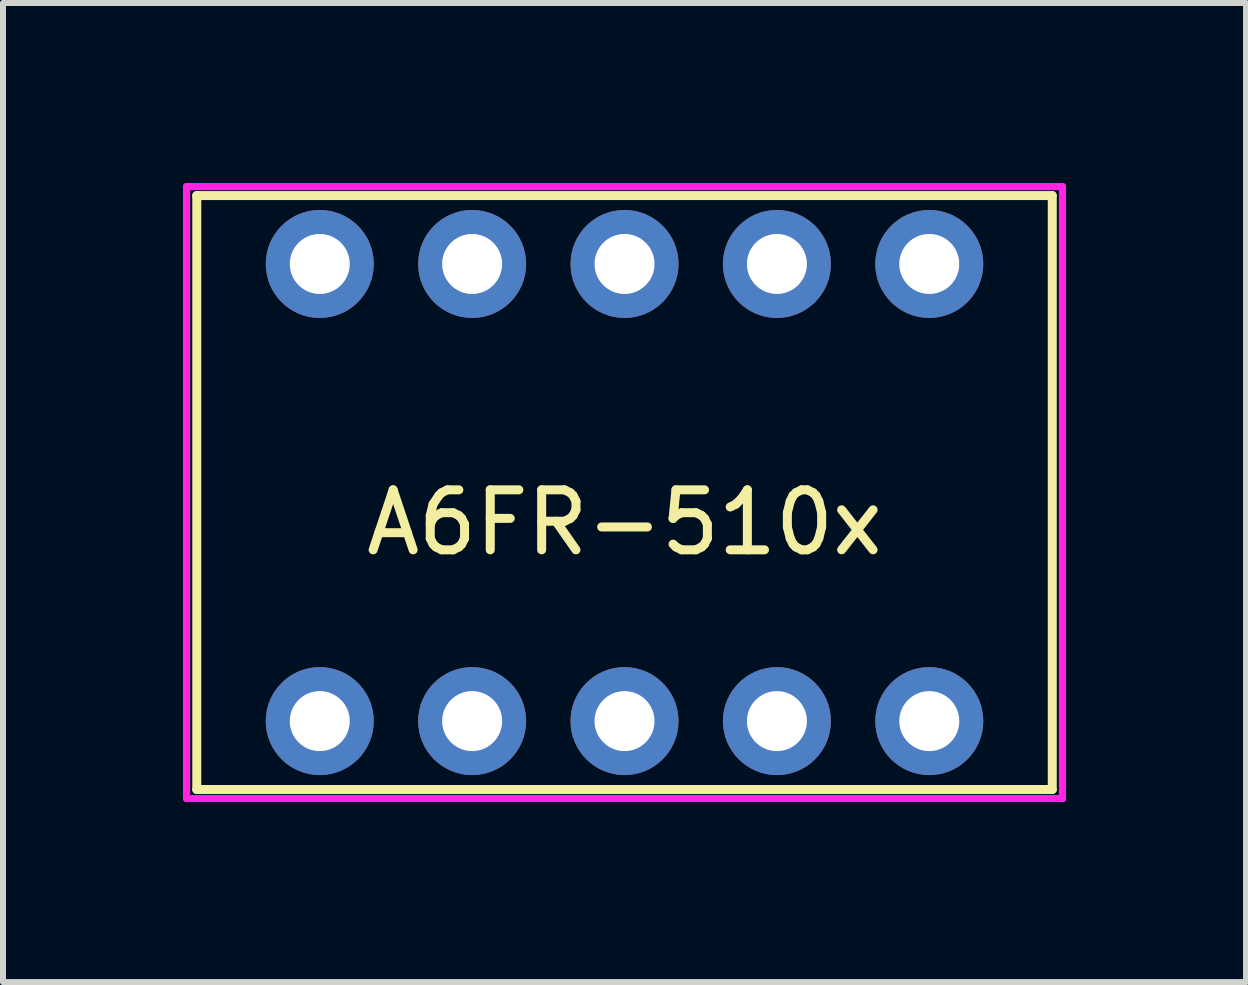
<source format=kicad_pcb>
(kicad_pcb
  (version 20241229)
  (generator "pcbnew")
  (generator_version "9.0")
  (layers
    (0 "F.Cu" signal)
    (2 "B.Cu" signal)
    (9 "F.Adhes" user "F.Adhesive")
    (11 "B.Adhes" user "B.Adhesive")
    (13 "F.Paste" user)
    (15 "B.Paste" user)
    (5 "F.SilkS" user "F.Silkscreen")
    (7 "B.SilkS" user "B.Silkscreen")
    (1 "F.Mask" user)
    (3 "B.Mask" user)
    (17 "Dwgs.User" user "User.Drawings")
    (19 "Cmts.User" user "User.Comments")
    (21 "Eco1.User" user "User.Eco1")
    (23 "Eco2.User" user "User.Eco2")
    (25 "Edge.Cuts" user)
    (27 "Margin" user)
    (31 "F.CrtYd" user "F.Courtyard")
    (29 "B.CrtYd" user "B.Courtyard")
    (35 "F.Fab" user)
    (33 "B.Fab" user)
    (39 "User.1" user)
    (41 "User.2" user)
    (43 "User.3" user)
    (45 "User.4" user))
  (footprint "A6FR-510x"
    (layer "F.Cu")
    (at 7.36 5.16)
    (property "Reference" "A6FR-510x" (at 0 0.5 0) (layer "F.SilkS") (effects (font (size 1 1) (thickness 0.15))))
    (attr through_hole)
    (fp_line (start -7.13 -4.95) (end 7.13 -4.95) (stroke (width 0.15) (type solid)) (layer "F.SilkS"))
    (fp_line (start -7.13 4.95) (end -7.13 -4.95) (stroke (width 0.15) (type solid)) (layer "F.SilkS"))
    (fp_line (start 7.13 -4.95) (end 7.13 4.95) (stroke (width 0.15) (type solid)) (layer "F.SilkS"))
    (fp_line (start 7.13 4.95) (end -7.13 4.95) (stroke (width 0.15) (type solid)) (layer "F.SilkS"))
    (fp_line (start -7.3 -5.1) (end 7.3 -5.1) (stroke (width 0.12) (type solid)) (layer "F.CrtYd"))
    (fp_line (start -7.3 5.1) (end -7.3 -5.1) (stroke (width 0.12) (type solid)) (layer "F.CrtYd"))
    (fp_line (start 7.3 -5.1) (end 7.3 5.1) (stroke (width 0.12) (type solid)) (layer "F.CrtYd"))
    (fp_line (start 7.3 5.1) (end -7.3 5.1) (stroke (width 0.12) (type solid)) (layer "F.CrtYd"))
    (pad "1" thru_hole circle (at -5.08 -3.81) (size 1.8 1.8) (drill 1) (layers "*.Cu" "*.Mask"))
    (pad "2" thru_hole circle (at -2.54 -3.81) (size 1.8 1.8) (drill 1) (layers "*.Cu" "*.Mask"))
    (pad "3" thru_hole circle (at 0 -3.81) (size 1.8 1.8) (drill 1) (layers "*.Cu" "*.Mask"))
    (pad "4" thru_hole circle (at 2.54 -3.81) (size 1.8 1.8) (drill 1) (layers "*.Cu" "*.Mask"))
    (pad "5" thru_hole circle (at 5.08 -3.81) (size 1.8 1.8) (drill 1) (layers "*.Cu" "*.Mask"))
    (pad "6" thru_hole circle (at -5.08 3.81) (size 1.8 1.8) (drill 1) (layers "*.Cu" "*.Mask"))
    (pad "7" thru_hole circle (at -2.54 3.81) (size 1.8 1.8) (drill 1) (layers "*.Cu" "*.Mask"))
    (pad "8" thru_hole circle (at 0 3.81) (size 1.8 1.8) (drill 1) (layers "*.Cu" "*.Mask"))
    (pad "9" thru_hole circle (at 2.54 3.81) (size 1.8 1.8) (drill 1) (layers "*.Cu" "*.Mask"))
    (pad "10" thru_hole circle (at 5.08 3.81) (size 1.8 1.8) (drill 1) (layers "*.Cu" "*.Mask")))
  (gr_rect
    (start -3 -3)
    (end 17.72 13.32)
    (stroke (width 0.1) (type default))
    (fill no)
    (layer "Edge.Cuts")))
</source>
